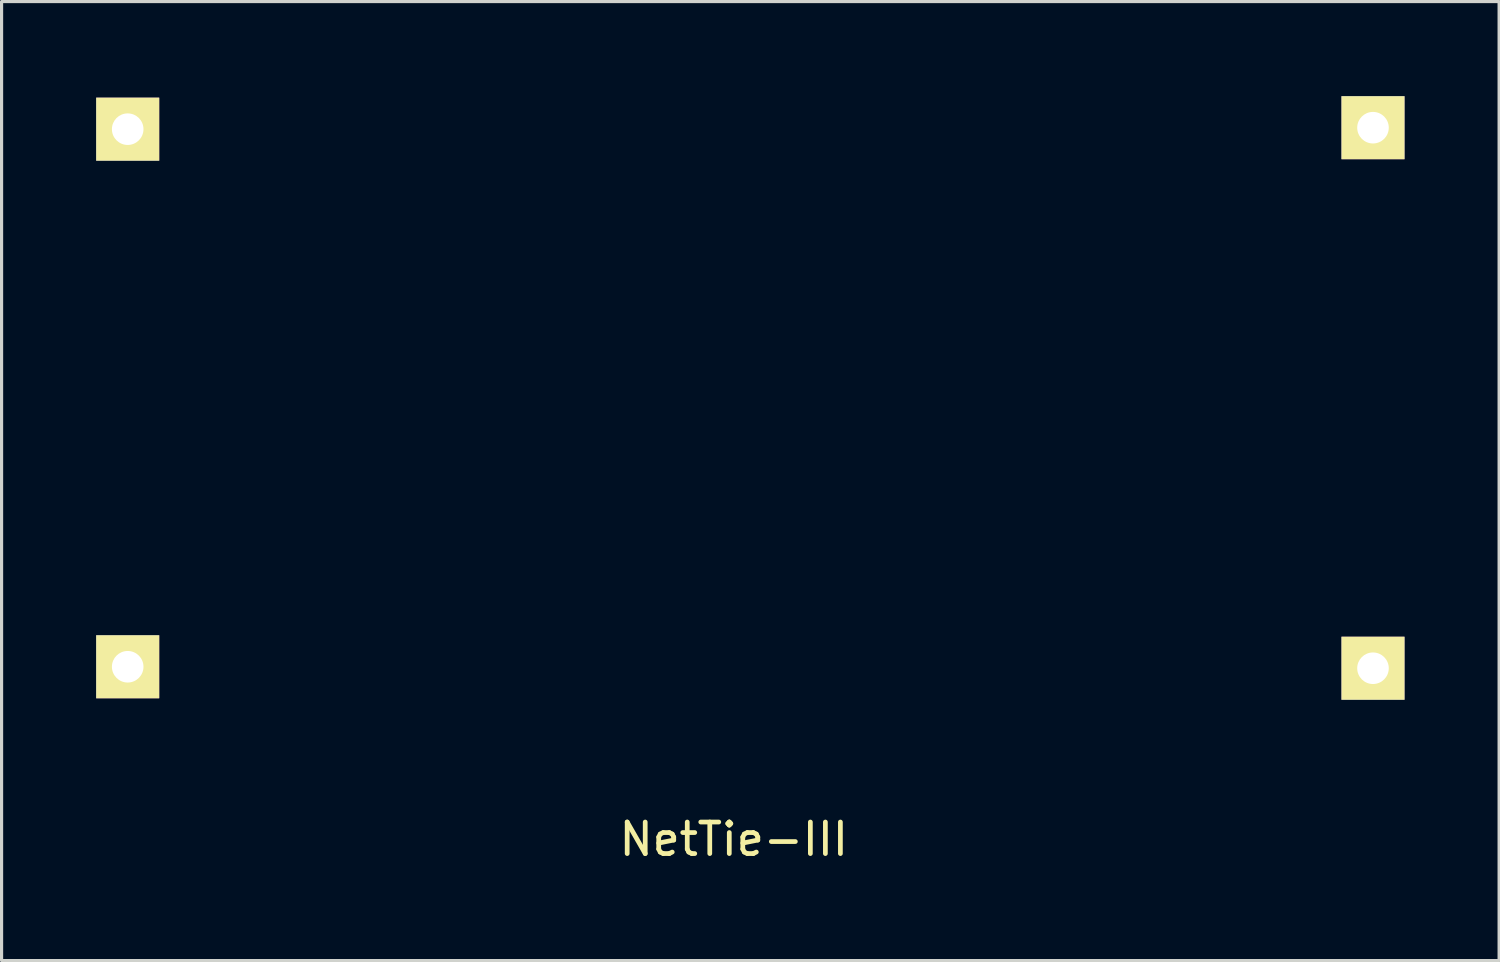
<source format=kicad_pcb>
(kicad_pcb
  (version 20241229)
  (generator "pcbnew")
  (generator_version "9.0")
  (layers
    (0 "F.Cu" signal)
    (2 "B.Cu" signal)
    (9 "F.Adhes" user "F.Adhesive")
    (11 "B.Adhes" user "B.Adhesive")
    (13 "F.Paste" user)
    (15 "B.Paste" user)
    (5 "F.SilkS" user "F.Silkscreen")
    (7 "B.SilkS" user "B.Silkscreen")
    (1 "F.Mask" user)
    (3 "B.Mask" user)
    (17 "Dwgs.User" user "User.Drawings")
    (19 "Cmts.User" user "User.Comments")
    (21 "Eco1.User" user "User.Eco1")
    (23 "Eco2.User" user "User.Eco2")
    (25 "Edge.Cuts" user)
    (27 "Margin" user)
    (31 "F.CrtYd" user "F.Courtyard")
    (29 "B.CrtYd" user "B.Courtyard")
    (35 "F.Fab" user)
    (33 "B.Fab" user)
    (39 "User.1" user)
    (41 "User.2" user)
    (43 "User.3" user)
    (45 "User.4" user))
  (footprint "NetTie-III"
    (layer "F.Cu")
    (at 20.748 9.572)
    (property "Reference" "NetTie-III" (at -0.525 13.995 0) (layer "F.SilkS") (effects (font (size 1 1) (thickness 0.15))))
    (attr through_hole)
    (pad "1" thru_hole rect (at -19.748 -8.525) (size 1.999 1.999) (drill 1.001) (layers "*.Cu" "*.Mask" "F.SilkS"))
    (pad "2" thru_hole rect (at -19.748 8.525) (size 1.999 1.999) (drill 1.001) (layers "*.Cu" "*.Mask" "F.SilkS"))
    (pad "3" thru_hole rect (at 19.748 -8.572) (size 1.999 1.999) (drill 1.001) (layers "*.Cu" "*.Mask" "F.SilkS"))
    (pad "4" thru_hole rect (at 19.748 8.572) (size 1.999 1.999) (drill 1.001) (layers "*.Cu" "*.Mask" "F.SilkS")))
  (gr_rect
    (start -3 -3)
    (end 44.496 27.415)
    (stroke (width 0.1) (type default))
    (fill no)
    (layer "Edge.Cuts")))
</source>
